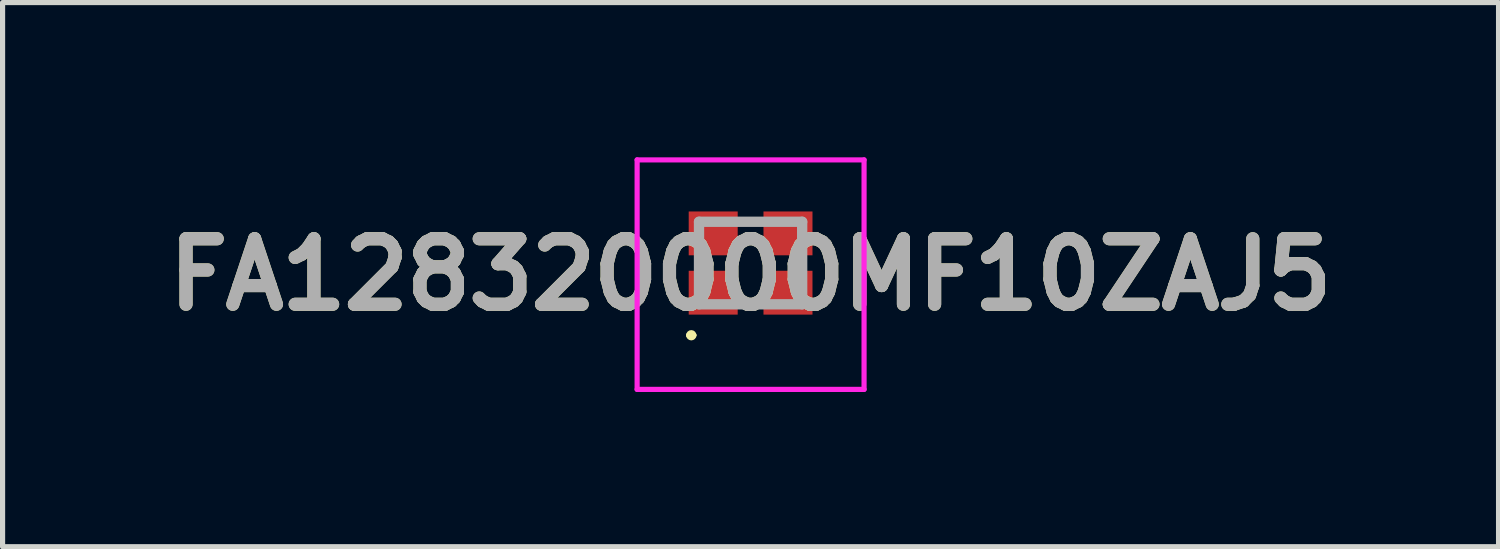
<source format=kicad_pcb>
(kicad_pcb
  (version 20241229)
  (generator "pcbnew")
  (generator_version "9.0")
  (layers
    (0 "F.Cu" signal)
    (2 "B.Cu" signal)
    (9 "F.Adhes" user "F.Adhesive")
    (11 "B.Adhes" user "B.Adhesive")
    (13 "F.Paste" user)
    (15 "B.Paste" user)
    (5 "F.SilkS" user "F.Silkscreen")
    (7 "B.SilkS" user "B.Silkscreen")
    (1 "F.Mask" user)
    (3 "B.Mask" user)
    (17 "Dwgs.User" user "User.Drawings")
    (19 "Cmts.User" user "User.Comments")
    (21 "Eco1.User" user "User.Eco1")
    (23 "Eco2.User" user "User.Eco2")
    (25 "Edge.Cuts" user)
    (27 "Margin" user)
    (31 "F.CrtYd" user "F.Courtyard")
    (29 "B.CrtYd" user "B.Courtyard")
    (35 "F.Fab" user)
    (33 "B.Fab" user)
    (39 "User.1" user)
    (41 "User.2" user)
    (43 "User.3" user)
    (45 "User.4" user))
  (footprint "FA128320000MF10ZAJ5"
    (layer "F.Cu")
    (at 11.503 2.05)
    (property "Reference" "FA128320000MF10ZAJ5" (at 0 0.225 0) (layer "F.SilkS") (effects (font (size 1.27 1.27) (thickness 0.254))))
    (attr smd)
    (fp_line (start -1.2 1.4) (end -1.2 1.4) (stroke (width 0.1) (type solid)) (layer "F.SilkS"))
    (fp_line (start -1.1 1.4) (end -1.1 1.4) (stroke (width 0.1) (type solid)) (layer "F.SilkS"))
    (fp_arc (start -1.2 1.4) (mid -1.15 1.35) (end -1.1 1.4) (stroke (width 0.1) (type solid)) (layer "F.SilkS"))
    (fp_arc (start -1.1 1.4) (mid -1.15 1.45) (end -1.2 1.4) (stroke (width 0.1) (type solid)) (layer "F.SilkS"))
    (fp_line (start -2.2 -2) (end 2.2 -2) (stroke (width 0.1) (type solid)) (layer "F.CrtYd"))
    (fp_line (start -2.2 2.45) (end -2.2 -2) (stroke (width 0.1) (type solid)) (layer "F.CrtYd"))
    (fp_line (start 2.2 -2) (end 2.2 2.45) (stroke (width 0.1) (type solid)) (layer "F.CrtYd"))
    (fp_line (start 2.2 2.45) (end -2.2 2.45) (stroke (width 0.1) (type solid)) (layer "F.CrtYd"))
    (fp_line (start -1 -0.8) (end 1 -0.8) (stroke (width 0.2) (type solid)) (layer "F.Fab"))
    (fp_line (start -1 0.8) (end -1 -0.8) (stroke (width 0.2) (type solid)) (layer "F.Fab"))
    (fp_line (start 1 -0.8) (end 1 0.8) (stroke (width 0.2) (type solid)) (layer "F.Fab"))
    (fp_line (start 1 0.8) (end -1 0.8) (stroke (width 0.2) (type solid)) (layer "F.Fab"))
    (fp_text user "${REFERENCE}" (at 0 0.225 0) (layer "F.Fab") (effects (font (size 1.27 1.27) (thickness 0.254))))
    (pad "1" smd rect (at -0.725 0.575 90) (size 0.85 0.95) (layers "F.Cu" "F.Mask" "F.Paste"))
    (pad "2" smd rect (at 0.725 0.575 90) (size 0.85 0.95) (layers "F.Cu" "F.Mask" "F.Paste"))
    (pad "3" smd rect (at 0.725 -0.575 90) (size 0.85 0.95) (layers "F.Cu" "F.Mask" "F.Paste"))
    (pad "4" smd rect (at -0.725 -0.575 90) (size 0.85 0.95) (layers "F.Cu" "F.Mask" "F.Paste")))
  (gr_rect
    (start -3 -3)
    (end 26.005 7.55)
    (stroke (width 0.1) (type default))
    (fill no)
    (layer "Edge.Cuts")))
</source>
